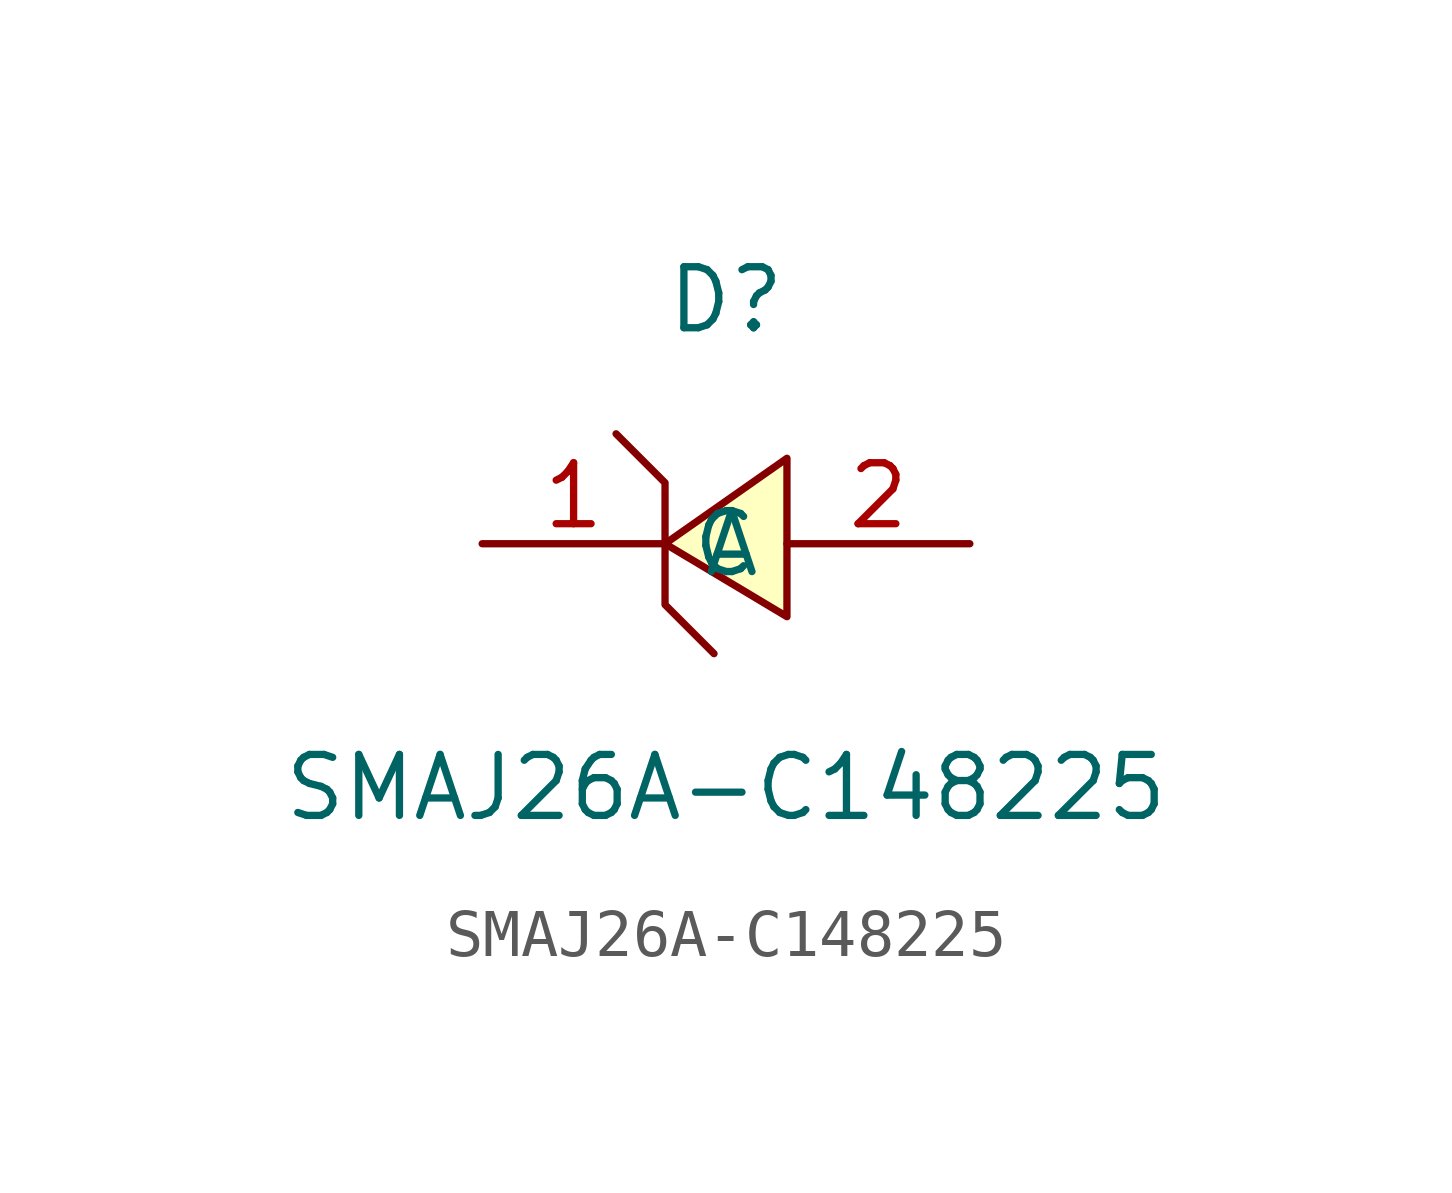
<source format=kicad_sym>
(kicad_symbol_lib
  (version 20211014)
  (generator https://github.com/uPesy/easyeda2kicad.py)
  (symbol "SMAJ26A-C148225"
    (property "Reference" "D"
      (at 0 5.08 0)
      (effects (font (size 1.27 1.27))))
    (property "Value" "SMAJ26A-C148225"
      (at 0 -5.08 0)
      (effects (font (size 1.27 1.27))))
    (symbol "SMAJ26A-C148225_0_1"
      (polyline (pts (xy 1.27 -1.52) (xy -1.27 -0.00) (xy 1.27 1.78) (xy 1.27 -1.52)) (stroke (width 0) (type default) (color 0 0 0 0)) (fill (type background)))
      (polyline (pts (xy -2.29 2.29) (xy -1.27 1.27) (xy -1.27 -1.27) (xy -0.25 -2.29)) (stroke (width 0) (type default) (color 0 0 0 0)) (fill (type none)))
      (pin unspecified line (at 5.08 -0.00 180) (length 3.81) (name "A" (effects (font (size 1.27 1.27)))) (number "2" (effects (font (size 1.27 1.27)))))
      (pin unspecified line (at -5.08 -0.00 0) (length 3.81) (name "C" (effects (font (size 1.27 1.27)))) (number "1" (effects (font (size 1.27 1.27))))))))
</source>
